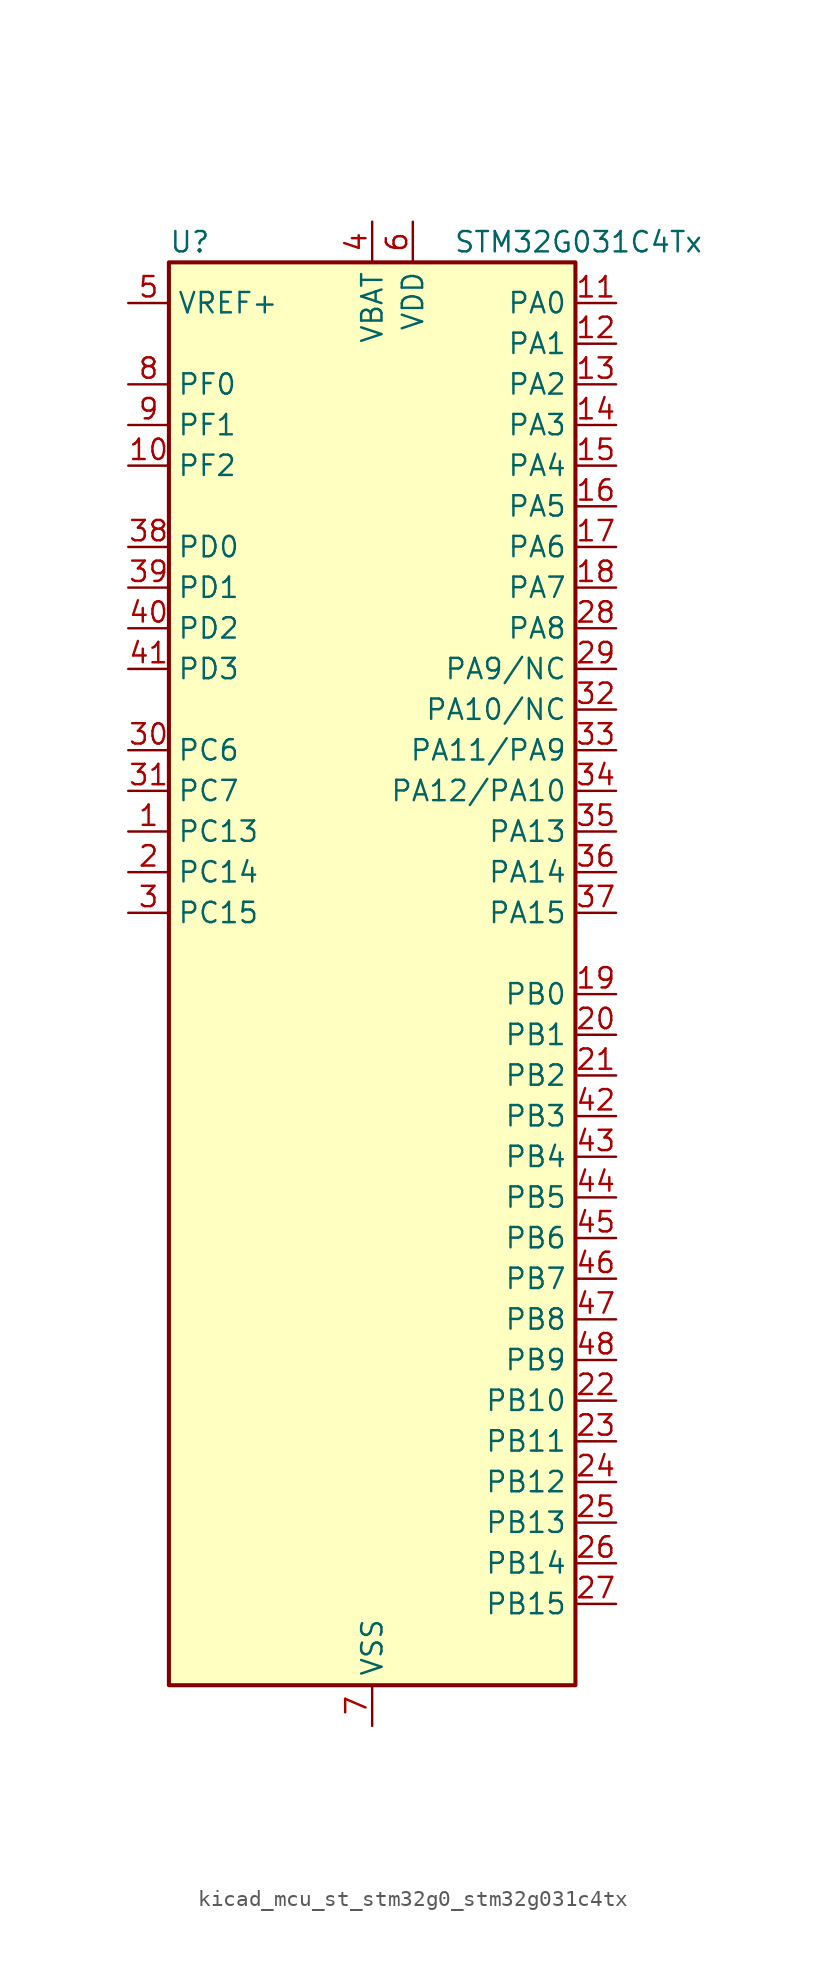
<source format=kicad_sym>
(kicad_symbol_lib
  (version 20220914)
  (generator kicad_symbol_editor)
  (symbol "kicad_mcu_st_stm32g0_stm32g031c4tx"
    (property "Reference" "U"
      (at -12.7 46.99 0)
      (effects (font (size 1.27 1.27)) (justify left)))
    (property "Value" "STM32G031C4Tx"
      (at 5.08 46.99 0)
      (effects (font (size 1.27 1.27)) (justify left)))
    (property "ki_locked" ""
      (at 0 0 0)
      (effects (font (size 1.27 1.27))))
    (symbol "kicad_mcu_st_stm32g0_stm32g031c4tx_0_1"
      (rectangle (start -12.7 -43.18) (end 12.7 45.72) (stroke (width 0.254) (type default)) (fill (type background))))
    (symbol "kicad_mcu_st_stm32g0_stm32g031c4tx_1_1"
      (pin bidirectional line (at -15.24 10.16 0) (length 2.54) (name "PC13" (effects (font (size 1.27 1.27)))) (number "1" (effects (font (size 1.27 1.27)))) (alternate "RTC_OUT_ALARM" bidirectional line) (alternate "RTC_OUT_CALIB" bidirectional line) (alternate "RTC_TAMP_IN1" bidirectional line) (alternate "RTC_TS" bidirectional line) (alternate "SYS_WKUP2" bidirectional line) (alternate "TIM1_BK" bidirectional line))
      (pin bidirectional line (at -15.24 33.02 0) (length 2.54) (name "PF2" (effects (font (size 1.27 1.27)))) (number "10" (effects (font (size 1.27 1.27)))) (alternate "RCC_MCO" bidirectional line))
      (pin bidirectional line (at 15.24 43.18 180) (length 2.54) (name "PA0" (effects (font (size 1.27 1.27)))) (number "11" (effects (font (size 1.27 1.27)))) (alternate "ADC1_IN0" bidirectional line) (alternate "LPTIM1_OUT" bidirectional line) (alternate "RTC_TAMP_IN2" bidirectional line) (alternate "SPI2_SCK" bidirectional line) (alternate "SYS_WKUP1" bidirectional line) (alternate "TIM2_CH1" bidirectional line) (alternate "TIM2_ETR" bidirectional line) (alternate "USART2_CTS" bidirectional line) (alternate "USART2_NSS" bidirectional line))
      (pin bidirectional line (at 15.24 40.64 180) (length 2.54) (name "PA1" (effects (font (size 1.27 1.27)))) (number "12" (effects (font (size 1.27 1.27)))) (alternate "ADC1_IN1" bidirectional line) (alternate "I2C1_SMBA" bidirectional line) (alternate "I2S1_CK" bidirectional line) (alternate "SPI1_SCK" bidirectional line) (alternate "TIM2_CH2" bidirectional line) (alternate "USART2_CK" bidirectional line) (alternate "USART2_DE" bidirectional line) (alternate "USART2_RTS" bidirectional line))
      (pin bidirectional line (at 15.24 38.1 180) (length 2.54) (name "PA2" (effects (font (size 1.27 1.27)))) (number "13" (effects (font (size 1.27 1.27)))) (alternate "ADC1_IN2" bidirectional line) (alternate "I2S1_SD" bidirectional line) (alternate "LPUART1_TX" bidirectional line) (alternate "RCC_LSCO" bidirectional line) (alternate "SPI1_MOSI" bidirectional line) (alternate "SYS_WKUP4" bidirectional line) (alternate "TIM2_CH3" bidirectional line) (alternate "USART2_TX" bidirectional line))
      (pin bidirectional line (at 15.24 35.56 180) (length 2.54) (name "PA3" (effects (font (size 1.27 1.27)))) (number "14" (effects (font (size 1.27 1.27)))) (alternate "ADC1_IN3" bidirectional line) (alternate "LPUART1_RX" bidirectional line) (alternate "SPI2_MISO" bidirectional line) (alternate "TIM2_CH4" bidirectional line) (alternate "USART2_RX" bidirectional line))
      (pin bidirectional line (at 15.24 33.02 180) (length 2.54) (name "PA4" (effects (font (size 1.27 1.27)))) (number "15" (effects (font (size 1.27 1.27)))) (alternate "ADC1_IN4" bidirectional line) (alternate "I2S1_WS" bidirectional line) (alternate "LPTIM2_OUT" bidirectional line) (alternate "RTC_OUT_ALARM" bidirectional line) (alternate "RTC_OUT_CALIB" bidirectional line) (alternate "SPI1_NSS" bidirectional line) (alternate "SPI2_MOSI" bidirectional line) (alternate "TIM14_CH1" bidirectional line))
      (pin bidirectional line (at 15.24 30.48 180) (length 2.54) (name "PA5" (effects (font (size 1.27 1.27)))) (number "16" (effects (font (size 1.27 1.27)))) (alternate "ADC1_IN5" bidirectional line) (alternate "I2S1_CK" bidirectional line) (alternate "LPTIM2_ETR" bidirectional line) (alternate "SPI1_SCK" bidirectional line) (alternate "TIM2_CH1" bidirectional line) (alternate "TIM2_ETR" bidirectional line))
      (pin bidirectional line (at 15.24 27.94 180) (length 2.54) (name "PA6" (effects (font (size 1.27 1.27)))) (number "17" (effects (font (size 1.27 1.27)))) (alternate "ADC1_IN6" bidirectional line) (alternate "I2S1_MCK" bidirectional line) (alternate "LPUART1_CTS" bidirectional line) (alternate "SPI1_MISO" bidirectional line) (alternate "TIM16_CH1" bidirectional line) (alternate "TIM1_BK" bidirectional line) (alternate "TIM3_CH1" bidirectional line))
      (pin bidirectional line (at 15.24 25.4 180) (length 2.54) (name "PA7" (effects (font (size 1.27 1.27)))) (number "18" (effects (font (size 1.27 1.27)))) (alternate "ADC1_IN7" bidirectional line) (alternate "I2S1_SD" bidirectional line) (alternate "SPI1_MOSI" bidirectional line) (alternate "TIM14_CH1" bidirectional line) (alternate "TIM17_CH1" bidirectional line) (alternate "TIM1_CH1N" bidirectional line) (alternate "TIM3_CH2" bidirectional line))
      (pin bidirectional line (at 15.24 0 180) (length 2.54) (name "PB0" (effects (font (size 1.27 1.27)))) (number "19" (effects (font (size 1.27 1.27)))) (alternate "ADC1_IN8" bidirectional line) (alternate "I2S1_WS" bidirectional line) (alternate "LPTIM1_OUT" bidirectional line) (alternate "SPI1_NSS" bidirectional line) (alternate "TIM1_CH2N" bidirectional line) (alternate "TIM3_CH3" bidirectional line))
      (pin bidirectional line (at -15.24 7.62 0) (length 2.54) (name "PC14" (effects (font (size 1.27 1.27)))) (number "2" (effects (font (size 1.27 1.27)))) (alternate "RCC_OSC32_IN" bidirectional line) (alternate "TIM1_BK2" bidirectional line))
      (pin bidirectional line (at 15.24 -2.54 180) (length 2.54) (name "PB1" (effects (font (size 1.27 1.27)))) (number "20" (effects (font (size 1.27 1.27)))) (alternate "ADC1_IN9" bidirectional line) (alternate "LPTIM2_IN1" bidirectional line) (alternate "LPUART1_DE" bidirectional line) (alternate "LPUART1_RTS" bidirectional line) (alternate "TIM14_CH1" bidirectional line) (alternate "TIM1_CH3N" bidirectional line) (alternate "TIM3_CH4" bidirectional line))
      (pin bidirectional line (at 15.24 -5.08 180) (length 2.54) (name "PB2" (effects (font (size 1.27 1.27)))) (number "21" (effects (font (size 1.27 1.27)))) (alternate "ADC1_IN10" bidirectional line) (alternate "LPTIM1_OUT" bidirectional line) (alternate "SPI2_MISO" bidirectional line))
      (pin bidirectional line (at 15.24 -25.4 180) (length 2.54) (name "PB10" (effects (font (size 1.27 1.27)))) (number "22" (effects (font (size 1.27 1.27)))) (alternate "ADC1_IN11" bidirectional line) (alternate "I2C2_SCL" bidirectional line) (alternate "LPUART1_RX" bidirectional line) (alternate "SPI2_SCK" bidirectional line) (alternate "TIM2_CH3" bidirectional line))
      (pin bidirectional line (at 15.24 -27.94 180) (length 2.54) (name "PB11" (effects (font (size 1.27 1.27)))) (number "23" (effects (font (size 1.27 1.27)))) (alternate "ADC1_EXTI11" bidirectional line) (alternate "ADC1_IN15" bidirectional line) (alternate "I2C2_SDA" bidirectional line) (alternate "LPUART1_TX" bidirectional line) (alternate "SPI2_MOSI" bidirectional line) (alternate "TIM2_CH4" bidirectional line))
      (pin bidirectional line (at 15.24 -30.48 180) (length 2.54) (name "PB12" (effects (font (size 1.27 1.27)))) (number "24" (effects (font (size 1.27 1.27)))) (alternate "ADC1_IN16" bidirectional line) (alternate "LPUART1_DE" bidirectional line) (alternate "LPUART1_RTS" bidirectional line) (alternate "SPI2_NSS" bidirectional line) (alternate "TIM1_BK" bidirectional line))
      (pin bidirectional line (at 15.24 -33.02 180) (length 2.54) (name "PB13" (effects (font (size 1.27 1.27)))) (number "25" (effects (font (size 1.27 1.27)))) (alternate "I2C2_SCL" bidirectional line) (alternate "LPUART1_CTS" bidirectional line) (alternate "SPI2_SCK" bidirectional line) (alternate "TIM1_CH1N" bidirectional line))
      (pin bidirectional line (at 15.24 -35.56 180) (length 2.54) (name "PB14" (effects (font (size 1.27 1.27)))) (number "26" (effects (font (size 1.27 1.27)))) (alternate "I2C2_SDA" bidirectional line) (alternate "SPI2_MISO" bidirectional line) (alternate "TIM1_CH2N" bidirectional line))
      (pin bidirectional line (at 15.24 -38.1 180) (length 2.54) (name "PB15" (effects (font (size 1.27 1.27)))) (number "27" (effects (font (size 1.27 1.27)))) (alternate "RTC_REFIN" bidirectional line) (alternate "SPI2_MOSI" bidirectional line) (alternate "TIM1_CH3N" bidirectional line))
      (pin bidirectional line (at 15.24 22.86 180) (length 2.54) (name "PA8" (effects (font (size 1.27 1.27)))) (number "28" (effects (font (size 1.27 1.27)))) (alternate "LPTIM2_OUT" bidirectional line) (alternate "RCC_MCO" bidirectional line) (alternate "SPI2_NSS" bidirectional line) (alternate "TIM1_CH1" bidirectional line))
      (pin bidirectional line (at 15.24 20.32 180) (length 2.54) (name "PA9/NC" (effects (font (size 1.27 1.27)))) (number "29" (effects (font (size 1.27 1.27)))) (alternate "I2C1_SCL" bidirectional line) (alternate "RCC_MCO" bidirectional line) (alternate "SPI2_MISO" bidirectional line) (alternate "TIM1_CH2" bidirectional line) (alternate "USART1_TX" bidirectional line))
      (pin bidirectional line (at -15.24 5.08 0) (length 2.54) (name "PC15" (effects (font (size 1.27 1.27)))) (number "3" (effects (font (size 1.27 1.27)))) (alternate "RCC_OSC32_EN" bidirectional line) (alternate "RCC_OSC32_OUT" bidirectional line) (alternate "RCC_OSC_EN" bidirectional line))
      (pin bidirectional line (at -15.24 15.24 0) (length 2.54) (name "PC6" (effects (font (size 1.27 1.27)))) (number "30" (effects (font (size 1.27 1.27)))) (alternate "TIM2_CH3" bidirectional line) (alternate "TIM3_CH1" bidirectional line))
      (pin bidirectional line (at -15.24 12.7 0) (length 2.54) (name "PC7" (effects (font (size 1.27 1.27)))) (number "31" (effects (font (size 1.27 1.27)))) (alternate "TIM2_CH4" bidirectional line) (alternate "TIM3_CH2" bidirectional line))
      (pin bidirectional line (at 15.24 17.78 180) (length 2.54) (name "PA10/NC" (effects (font (size 1.27 1.27)))) (number "32" (effects (font (size 1.27 1.27)))) (alternate "I2C1_SDA" bidirectional line) (alternate "SPI2_MOSI" bidirectional line) (alternate "TIM17_BK" bidirectional line) (alternate "TIM1_CH3" bidirectional line) (alternate "USART1_RX" bidirectional line))
      (pin bidirectional line (at 15.24 15.24 180) (length 2.54) (name "PA11/PA9" (effects (font (size 1.27 1.27)))) (number "33" (effects (font (size 1.27 1.27)))) (alternate "ADC1_EXTI11" bidirectional line) (alternate "I2C2_SCL" bidirectional line) (alternate "I2S1_MCK" bidirectional line) (alternate "SPI1_MISO" bidirectional line) (alternate "TIM1_BK2" bidirectional line) (alternate "TIM1_CH4" bidirectional line) (alternate "USART1_CTS" bidirectional line) (alternate "USART1_NSS" bidirectional line))
      (pin bidirectional line (at 15.24 12.7 180) (length 2.54) (name "PA12/PA10" (effects (font (size 1.27 1.27)))) (number "34" (effects (font (size 1.27 1.27)))) (alternate "I2C2_SDA" bidirectional line) (alternate "I2S1_SD" bidirectional line) (alternate "I2S_CKIN" bidirectional line) (alternate "SPI1_MOSI" bidirectional line) (alternate "TIM1_ETR" bidirectional line) (alternate "USART1_CK" bidirectional line) (alternate "USART1_DE" bidirectional line) (alternate "USART1_RTS" bidirectional line))
      (pin bidirectional line (at 15.24 10.16 180) (length 2.54) (name "PA13" (effects (font (size 1.27 1.27)))) (number "35" (effects (font (size 1.27 1.27)))) (alternate "ADC1_IN17" bidirectional line) (alternate "IR_OUT" bidirectional line) (alternate "SYS_SWDIO" bidirectional line))
      (pin bidirectional line (at 15.24 7.62 180) (length 2.54) (name "PA14" (effects (font (size 1.27 1.27)))) (number "36" (effects (font (size 1.27 1.27)))) (alternate "ADC1_IN18" bidirectional line) (alternate "SYS_SWCLK" bidirectional line) (alternate "USART2_TX" bidirectional line))
      (pin bidirectional line (at 15.24 5.08 180) (length 2.54) (name "PA15" (effects (font (size 1.27 1.27)))) (number "37" (effects (font (size 1.27 1.27)))) (alternate "I2S1_WS" bidirectional line) (alternate "SPI1_NSS" bidirectional line) (alternate "TIM2_CH1" bidirectional line) (alternate "TIM2_ETR" bidirectional line) (alternate "USART2_RX" bidirectional line))
      (pin bidirectional line (at -15.24 27.94 0) (length 2.54) (name "PD0" (effects (font (size 1.27 1.27)))) (number "38" (effects (font (size 1.27 1.27)))) (alternate "SPI2_NSS" bidirectional line) (alternate "TIM16_CH1" bidirectional line))
      (pin bidirectional line (at -15.24 25.4 0) (length 2.54) (name "PD1" (effects (font (size 1.27 1.27)))) (number "39" (effects (font (size 1.27 1.27)))) (alternate "SPI2_SCK" bidirectional line) (alternate "TIM17_CH1" bidirectional line))
      (pin power_in line (at 0 48.26 270) (length 2.54) (name "VBAT" (effects (font (size 1.27 1.27)))) (number "4" (effects (font (size 1.27 1.27)))))
      (pin bidirectional line (at -15.24 22.86 0) (length 2.54) (name "PD2" (effects (font (size 1.27 1.27)))) (number "40" (effects (font (size 1.27 1.27)))) (alternate "TIM1_CH1N" bidirectional line) (alternate "TIM3_ETR" bidirectional line))
      (pin bidirectional line (at -15.24 20.32 0) (length 2.54) (name "PD3" (effects (font (size 1.27 1.27)))) (number "41" (effects (font (size 1.27 1.27)))) (alternate "SPI2_MISO" bidirectional line) (alternate "TIM1_CH2N" bidirectional line) (alternate "USART2_CTS" bidirectional line) (alternate "USART2_NSS" bidirectional line))
      (pin bidirectional line (at 15.24 -7.62 180) (length 2.54) (name "PB3" (effects (font (size 1.27 1.27)))) (number "42" (effects (font (size 1.27 1.27)))) (alternate "I2S1_CK" bidirectional line) (alternate "SPI1_SCK" bidirectional line) (alternate "TIM1_CH2" bidirectional line) (alternate "TIM2_CH2" bidirectional line) (alternate "USART1_CK" bidirectional line) (alternate "USART1_DE" bidirectional line) (alternate "USART1_RTS" bidirectional line))
      (pin bidirectional line (at 15.24 -10.16 180) (length 2.54) (name "PB4" (effects (font (size 1.27 1.27)))) (number "43" (effects (font (size 1.27 1.27)))) (alternate "I2S1_MCK" bidirectional line) (alternate "SPI1_MISO" bidirectional line) (alternate "TIM17_BK" bidirectional line) (alternate "TIM3_CH1" bidirectional line) (alternate "USART1_CTS" bidirectional line) (alternate "USART1_NSS" bidirectional line))
      (pin bidirectional line (at 15.24 -12.7 180) (length 2.54) (name "PB5" (effects (font (size 1.27 1.27)))) (number "44" (effects (font (size 1.27 1.27)))) (alternate "I2C1_SMBA" bidirectional line) (alternate "I2S1_SD" bidirectional line) (alternate "LPTIM1_IN1" bidirectional line) (alternate "SPI1_MOSI" bidirectional line) (alternate "SYS_WKUP6" bidirectional line) (alternate "TIM16_BK" bidirectional line) (alternate "TIM3_CH2" bidirectional line))
      (pin bidirectional line (at 15.24 -15.24 180) (length 2.54) (name "PB6" (effects (font (size 1.27 1.27)))) (number "45" (effects (font (size 1.27 1.27)))) (alternate "I2C1_SCL" bidirectional line) (alternate "LPTIM1_ETR" bidirectional line) (alternate "SPI2_MISO" bidirectional line) (alternate "TIM16_CH1N" bidirectional line) (alternate "TIM1_CH3" bidirectional line) (alternate "USART1_TX" bidirectional line))
      (pin bidirectional line (at 15.24 -17.78 180) (length 2.54) (name "PB7" (effects (font (size 1.27 1.27)))) (number "46" (effects (font (size 1.27 1.27)))) (alternate "I2C1_SDA" bidirectional line) (alternate "LPTIM1_IN2" bidirectional line) (alternate "SPI2_MOSI" bidirectional line) (alternate "SYS_PVD_IN" bidirectional line) (alternate "TIM17_CH1N" bidirectional line) (alternate "USART1_RX" bidirectional line))
      (pin bidirectional line (at 15.24 -20.32 180) (length 2.54) (name "PB8" (effects (font (size 1.27 1.27)))) (number "47" (effects (font (size 1.27 1.27)))) (alternate "I2C1_SCL" bidirectional line) (alternate "SPI2_SCK" bidirectional line) (alternate "TIM16_CH1" bidirectional line))
      (pin bidirectional line (at 15.24 -22.86 180) (length 2.54) (name "PB9" (effects (font (size 1.27 1.27)))) (number "48" (effects (font (size 1.27 1.27)))) (alternate "I2C1_SDA" bidirectional line) (alternate "IR_OUT" bidirectional line) (alternate "SPI2_NSS" bidirectional line) (alternate "TIM17_CH1" bidirectional line))
      (pin input line (at -15.24 43.18 0) (length 2.54) (name "VREF+" (effects (font (size 1.27 1.27)))) (number "5" (effects (font (size 1.27 1.27)))) (alternate "VREFBUF_OUT" bidirectional line))
      (pin power_in line (at 2.54 48.26 270) (length 2.54) (name "VDD" (effects (font (size 1.27 1.27)))) (number "6" (effects (font (size 1.27 1.27)))))
      (pin power_in line (at 0 -45.72 90) (length 2.54) (name "VSS" (effects (font (size 1.27 1.27)))) (number "7" (effects (font (size 1.27 1.27)))))
      (pin bidirectional line (at -15.24 38.1 0) (length 2.54) (name "PF0" (effects (font (size 1.27 1.27)))) (number "8" (effects (font (size 1.27 1.27)))) (alternate "RCC_OSC_IN" bidirectional line) (alternate "TIM14_CH1" bidirectional line))
      (pin bidirectional line (at -15.24 35.56 0) (length 2.54) (name "PF1" (effects (font (size 1.27 1.27)))) (number "9" (effects (font (size 1.27 1.27)))) (alternate "RCC_OSC_EN" bidirectional line) (alternate "RCC_OSC_OUT" bidirectional line)))))
</source>
